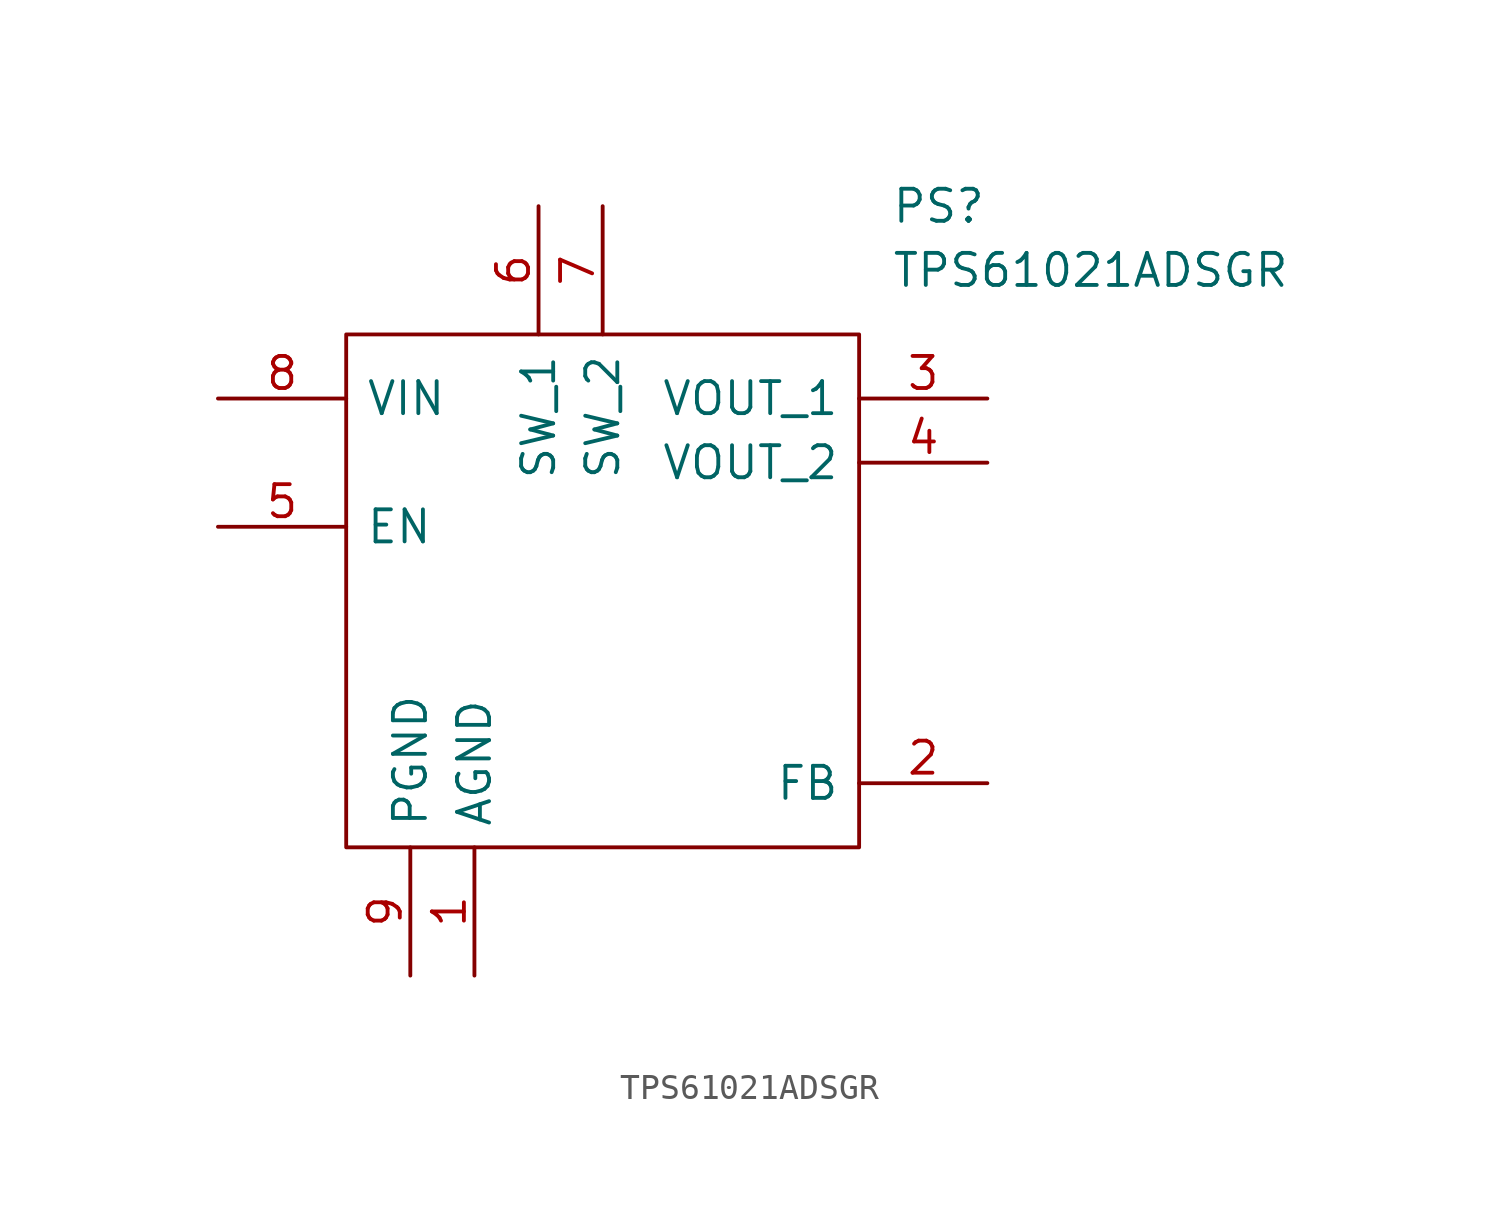
<source format=kicad_sym>
(kicad_symbol_lib
  (version 20220914)
  (generator kicad_symbol_editor)
  (symbol "TPS61021ADSGR"
    (pin_names
      (offset 0.762))
    (property "Reference" "PS"
      (at 26.67 7.62 0)
      (effects (font (size 1.27 1.27)) (justify left)))
    (property "Value" "TPS61021ADSGR"
      (at 26.67 5.08 0)
      (effects (font (size 1.27 1.27)) (justify left)))
    (symbol "TPS61021ADSGR_0_0"
      (pin power_in line (at 10.16 -22.86 90) (length 5.08) (name "AGND" (effects (font (size 1.27 1.27)))) (number "1" (effects (font (size 1.27 1.27)))))
      (pin input line (at 30.48 -15.24 180) (length 5.08) (name "FB" (effects (font (size 1.27 1.27)))) (number "2" (effects (font (size 1.27 1.27)))))
      (pin power_in line (at 30.48 0 180) (length 5.08) (name "VOUT_1" (effects (font (size 1.27 1.27)))) (number "3" (effects (font (size 1.27 1.27)))))
      (pin power_in line (at 30.48 -2.54 180) (length 5.08) (name "VOUT_2" (effects (font (size 1.27 1.27)))) (number "4" (effects (font (size 1.27 1.27)))))
      (pin input line (at 0 -5.08 0) (length 5.08) (name "EN" (effects (font (size 1.27 1.27)))) (number "5" (effects (font (size 1.27 1.27)))))
      (pin power_in line (at 12.7 7.62 270) (length 5.08) (name "SW_1" (effects (font (size 1.27 1.27)))) (number "6" (effects (font (size 1.27 1.27)))))
      (pin power_in line (at 15.24 7.62 270) (length 5.08) (name "SW_2" (effects (font (size 1.27 1.27)))) (number "7" (effects (font (size 1.27 1.27)))))
      (pin input line (at 0 0 0) (length 5.08) (name "VIN" (effects (font (size 1.27 1.27)))) (number "8" (effects (font (size 1.27 1.27)))))
      (pin power_in line (at 7.62 -22.86 90) (length 5.08) (name "PGND" (effects (font (size 1.27 1.27)))) (number "9" (effects (font (size 1.27 1.27))))))
    (symbol "TPS61021ADSGR_0_1"
      (polyline (pts (xy 5.08 2.54) (xy 25.4 2.54) (xy 25.4 -17.78) (xy 5.08 -17.78) (xy 5.08 2.54)) (stroke (width 0.152) (type default)) (fill (type none))))))
</source>
